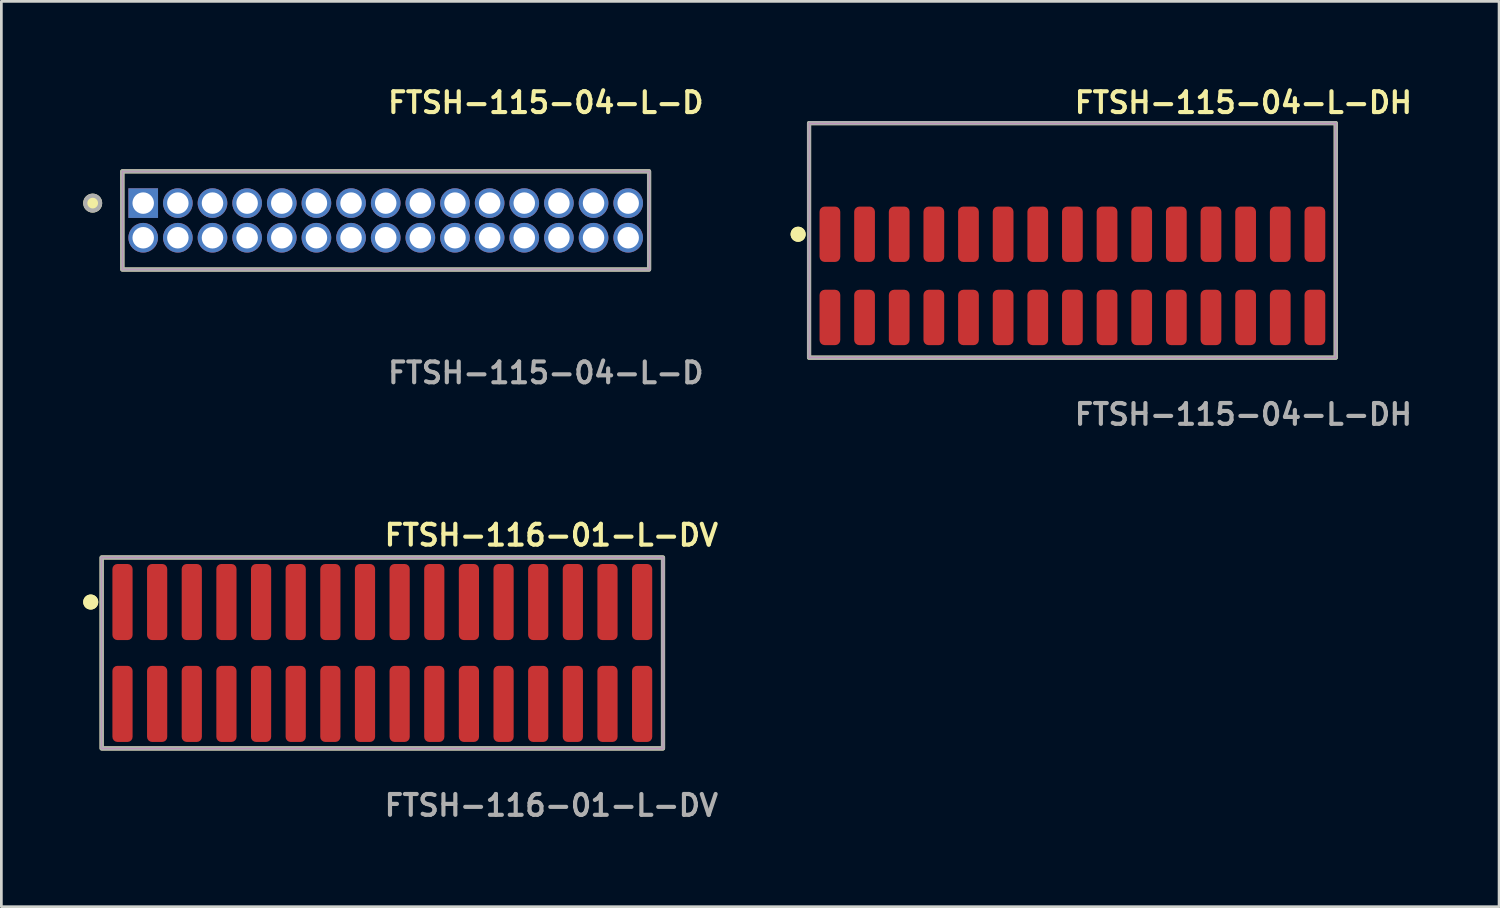
<source format=kicad_pcb>
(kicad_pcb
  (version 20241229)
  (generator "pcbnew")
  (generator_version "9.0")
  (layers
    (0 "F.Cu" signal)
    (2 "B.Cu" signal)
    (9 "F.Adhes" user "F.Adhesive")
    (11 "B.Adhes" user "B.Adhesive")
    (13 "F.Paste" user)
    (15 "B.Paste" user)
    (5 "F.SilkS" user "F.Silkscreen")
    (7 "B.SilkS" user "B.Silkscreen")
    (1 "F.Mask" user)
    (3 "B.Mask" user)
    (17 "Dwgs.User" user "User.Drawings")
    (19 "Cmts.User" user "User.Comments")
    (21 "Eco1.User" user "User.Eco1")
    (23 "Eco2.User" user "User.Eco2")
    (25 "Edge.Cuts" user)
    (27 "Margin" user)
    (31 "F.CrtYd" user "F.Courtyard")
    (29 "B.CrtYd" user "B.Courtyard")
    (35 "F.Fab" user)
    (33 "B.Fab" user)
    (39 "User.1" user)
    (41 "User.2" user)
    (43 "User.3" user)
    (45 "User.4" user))
  (footprint "FTSH-116-01-L-DV"
    (layer "F.Cu")
    (at 10.966 20.888)
    (property "Reference" "FTSH-116-01-L-DV" (at 0 -4.318 0) (unlocked yes) (layer "F.SilkS") (effects (font (size 0.762 0.762) (thickness 0.152)) (justify left)))
    (fp_rect (start -10.29 3.5) (end 10.29 -3.5) (stroke (width 0.152) (type solid)) (fill no) (layer "F.SilkS"))
    (fp_circle (center -10.69 -1.867) (end -10.89 -1.867) (stroke (width 0.152) (type solid)) (fill yes) (layer "F.SilkS"))
    (fp_circle (center -10.69 -1.867) (end -10.89 -1.867) (stroke (width 0.152) (type solid)) (fill yes) (layer "F.SilkS"))
    (fp_rect (start -10.29 3.5) (end 10.29 -3.5) (stroke (width 0.006) (type solid)) (fill no) (layer "F.CrtYd"))
    (fp_rect (start -10.29 3.5) (end 10.29 -3.5) (stroke (width 0.152) (type solid)) (fill no) (layer "F.Fab"))
    (fp_text user "${REFERENCE}" (at 0 5.588 0) (unlocked yes) (layer "F.Fab") (effects (font (size 0.762 0.762) (thickness 0.152)) (justify left)))
    (pad "1" smd roundrect (at -9.525 -1.867) (size 0.74 2.79) (layers "F.Cu" "F.Paste") (roundrect_rratio 0.25))
    (pad "2" smd roundrect (at -9.525 1.867) (size 0.74 2.79) (layers "F.Cu" "F.Paste") (roundrect_rratio 0.25))
    (pad "3" smd roundrect (at -8.255 -1.867) (size 0.74 2.79) (layers "F.Cu" "F.Paste") (roundrect_rratio 0.25))
    (pad "4" smd roundrect (at -8.255 1.867) (size 0.74 2.79) (layers "F.Cu" "F.Paste") (roundrect_rratio 0.25))
    (pad "5" smd roundrect (at -6.985 -1.867) (size 0.74 2.79) (layers "F.Cu" "F.Paste") (roundrect_rratio 0.25))
    (pad "6" smd roundrect (at -6.985 1.867) (size 0.74 2.79) (layers "F.Cu" "F.Paste") (roundrect_rratio 0.25))
    (pad "7" smd roundrect (at -5.715 -1.867) (size 0.74 2.79) (layers "F.Cu" "F.Paste") (roundrect_rratio 0.25))
    (pad "8" smd roundrect (at -5.715 1.867) (size 0.74 2.79) (layers "F.Cu" "F.Paste") (roundrect_rratio 0.25))
    (pad "9" smd roundrect (at -4.445 -1.867) (size 0.74 2.79) (layers "F.Cu" "F.Paste") (roundrect_rratio 0.25))
    (pad "10" smd roundrect (at -4.445 1.867) (size 0.74 2.79) (layers "F.Cu" "F.Paste") (roundrect_rratio 0.25))
    (pad "11" smd roundrect (at -3.175 -1.867) (size 0.74 2.79) (layers "F.Cu" "F.Paste") (roundrect_rratio 0.25))
    (pad "12" smd roundrect (at -3.175 1.867) (size 0.74 2.79) (layers "F.Cu" "F.Paste") (roundrect_rratio 0.25))
    (pad "13" smd roundrect (at -1.905 -1.867) (size 0.74 2.79) (layers "F.Cu" "F.Paste") (roundrect_rratio 0.25))
    (pad "14" smd roundrect (at -1.905 1.867) (size 0.74 2.79) (layers "F.Cu" "F.Paste") (roundrect_rratio 0.25))
    (pad "15" smd roundrect (at -0.635 -1.867) (size 0.74 2.79) (layers "F.Cu" "F.Paste") (roundrect_rratio 0.25))
    (pad "16" smd roundrect (at -0.635 1.867) (size 0.74 2.79) (layers "F.Cu" "F.Paste") (roundrect_rratio 0.25))
    (pad "17" smd roundrect (at 0.635 -1.867) (size 0.74 2.79) (layers "F.Cu" "F.Paste") (roundrect_rratio 0.25))
    (pad "18" smd roundrect (at 0.635 1.867) (size 0.74 2.79) (layers "F.Cu" "F.Paste") (roundrect_rratio 0.25))
    (pad "19" smd roundrect (at 1.905 -1.867) (size 0.74 2.79) (layers "F.Cu" "F.Paste") (roundrect_rratio 0.25))
    (pad "20" smd roundrect (at 1.905 1.867) (size 0.74 2.79) (layers "F.Cu" "F.Paste") (roundrect_rratio 0.25))
    (pad "21" smd roundrect (at 3.175 -1.867) (size 0.74 2.79) (layers "F.Cu" "F.Paste") (roundrect_rratio 0.25))
    (pad "22" smd roundrect (at 3.175 1.867) (size 0.74 2.79) (layers "F.Cu" "F.Paste") (roundrect_rratio 0.25))
    (pad "23" smd roundrect (at 4.445 -1.867) (size 0.74 2.79) (layers "F.Cu" "F.Paste") (roundrect_rratio 0.25))
    (pad "24" smd roundrect (at 4.445 1.867) (size 0.74 2.79) (layers "F.Cu" "F.Paste") (roundrect_rratio 0.25))
    (pad "25" smd roundrect (at 5.715 -1.867) (size 0.74 2.79) (layers "F.Cu" "F.Paste") (roundrect_rratio 0.25))
    (pad "26" smd roundrect (at 5.715 1.867) (size 0.74 2.79) (layers "F.Cu" "F.Paste") (roundrect_rratio 0.25))
    (pad "27" smd roundrect (at 6.985 -1.867) (size 0.74 2.79) (layers "F.Cu" "F.Paste") (roundrect_rratio 0.25))
    (pad "28" smd roundrect (at 6.985 1.867) (size 0.74 2.79) (layers "F.Cu" "F.Paste") (roundrect_rratio 0.25))
    (pad "29" smd roundrect (at 8.255 -1.867) (size 0.74 2.79) (layers "F.Cu" "F.Paste") (roundrect_rratio 0.25))
    (pad "30" smd roundrect (at 8.255 1.867) (size 0.74 2.79) (layers "F.Cu" "F.Paste") (roundrect_rratio 0.25))
    (pad "31" smd roundrect (at 9.525 -1.867) (size 0.74 2.79) (layers "F.Cu" "F.Paste") (roundrect_rratio 0.25))
    (pad "32" smd roundrect (at 9.525 1.867) (size 0.74 2.79) (layers "F.Cu" "F.Paste") (roundrect_rratio 0.25)))
  (footprint "FTSH-115-04-L-D"
    (layer "F.Cu")
    (at 11.09 5.031)
    (property "Reference" "FTSH-115-04-L-D" (at 0 -4.318 0) (unlocked yes) (layer "F.SilkS") (effects (font (size 0.762 0.762) (thickness 0.152)) (justify left)))
    (fp_rect (start -9.655 1.8) (end 9.655 -1.8) (stroke (width 0.152) (type solid)) (fill no) (layer "F.SilkS"))
    (fp_circle (center -10.742 -0.635) (end -11.014 -0.635) (stroke (width 0.152) (type solid)) (fill yes) (layer "F.SilkS"))
    (fp_rect (start -9.655 1.8) (end 9.655 -1.8) (stroke (width 0.006) (type solid)) (fill no) (layer "F.CrtYd"))
    (fp_rect (start -9.655 1.8) (end 9.655 -1.8) (stroke (width 0.152) (type solid)) (fill no) (layer "F.Fab"))
    (fp_circle (center -10.742 -0.635) (end -11.014 -0.635) (stroke (width 0.152) (type solid)) (fill no) (layer "F.Fab"))
    (fp_text user "${REFERENCE}" (at 0 5.588 0) (unlocked yes) (layer "F.Fab") (effects (font (size 0.762 0.762) (thickness 0.152)) (justify left)))
    (pad "1" thru_hole rect (at -8.89 -0.635) (size 1.087 1.087) (drill 0.787) (layers "*.Cu" "*.Mask"))
    (pad "2" thru_hole circle (at -8.89 0.635) (size 1.087 1.087) (drill 0.787) (layers "*.Cu" "*.Mask"))
    (pad "3" thru_hole circle (at -7.62 -0.635) (size 1.087 1.087) (drill 0.787) (layers "*.Cu" "*.Mask"))
    (pad "4" thru_hole circle (at -7.62 0.635) (size 1.087 1.087) (drill 0.787) (layers "*.Cu" "*.Mask"))
    (pad "5" thru_hole circle (at -6.35 -0.635) (size 1.087 1.087) (drill 0.787) (layers "*.Cu" "*.Mask"))
    (pad "6" thru_hole circle (at -6.35 0.635) (size 1.087 1.087) (drill 0.787) (layers "*.Cu" "*.Mask"))
    (pad "7" thru_hole circle (at -5.08 -0.635) (size 1.087 1.087) (drill 0.787) (layers "*.Cu" "*.Mask"))
    (pad "8" thru_hole circle (at -5.08 0.635) (size 1.087 1.087) (drill 0.787) (layers "*.Cu" "*.Mask"))
    (pad "9" thru_hole circle (at -3.81 -0.635) (size 1.087 1.087) (drill 0.787) (layers "*.Cu" "*.Mask"))
    (pad "10" thru_hole circle (at -3.81 0.635) (size 1.087 1.087) (drill 0.787) (layers "*.Cu" "*.Mask"))
    (pad "11" thru_hole circle (at -2.54 -0.635) (size 1.087 1.087) (drill 0.787) (layers "*.Cu" "*.Mask"))
    (pad "12" thru_hole circle (at -2.54 0.635) (size 1.087 1.087) (drill 0.787) (layers "*.Cu" "*.Mask"))
    (pad "13" thru_hole circle (at -1.27 -0.635) (size 1.087 1.087) (drill 0.787) (layers "*.Cu" "*.Mask"))
    (pad "14" thru_hole circle (at -1.27 0.635) (size 1.087 1.087) (drill 0.787) (layers "*.Cu" "*.Mask"))
    (pad "15" thru_hole circle (at 0 -0.635) (size 1.087 1.087) (drill 0.787) (layers "*.Cu" "*.Mask"))
    (pad "16" thru_hole circle (at 0 0.635) (size 1.087 1.087) (drill 0.787) (layers "*.Cu" "*.Mask"))
    (pad "17" thru_hole circle (at 1.27 -0.635) (size 1.087 1.087) (drill 0.787) (layers "*.Cu" "*.Mask"))
    (pad "18" thru_hole circle (at 1.27 0.635) (size 1.087 1.087) (drill 0.787) (layers "*.Cu" "*.Mask"))
    (pad "19" thru_hole circle (at 2.54 -0.635) (size 1.087 1.087) (drill 0.787) (layers "*.Cu" "*.Mask"))
    (pad "20" thru_hole circle (at 2.54 0.635) (size 1.087 1.087) (drill 0.787) (layers "*.Cu" "*.Mask"))
    (pad "21" thru_hole circle (at 3.81 -0.635) (size 1.087 1.087) (drill 0.787) (layers "*.Cu" "*.Mask"))
    (pad "22" thru_hole circle (at 3.81 0.635) (size 1.087 1.087) (drill 0.787) (layers "*.Cu" "*.Mask"))
    (pad "23" thru_hole circle (at 5.08 -0.635) (size 1.087 1.087) (drill 0.787) (layers "*.Cu" "*.Mask"))
    (pad "24" thru_hole circle (at 5.08 0.635) (size 1.087 1.087) (drill 0.787) (layers "*.Cu" "*.Mask"))
    (pad "25" thru_hole circle (at 6.35 -0.635) (size 1.087 1.087) (drill 0.787) (layers "*.Cu" "*.Mask"))
    (pad "26" thru_hole circle (at 6.35 0.635) (size 1.087 1.087) (drill 0.787) (layers "*.Cu" "*.Mask"))
    (pad "27" thru_hole circle (at 7.62 -0.635) (size 1.087 1.087) (drill 0.787) (layers "*.Cu" "*.Mask"))
    (pad "28" thru_hole circle (at 7.62 0.635) (size 1.087 1.087) (drill 0.787) (layers "*.Cu" "*.Mask"))
    (pad "29" thru_hole circle (at 8.89 -0.635) (size 1.087 1.087) (drill 0.787) (layers "*.Cu" "*.Mask"))
    (pad "30" thru_hole circle (at 8.89 0.635) (size 1.087 1.087) (drill 0.787) (layers "*.Cu" "*.Mask")))
  (footprint "FTSH-115-04-L-DH"
    (layer "F.Cu")
    (at 36.265 7.063)
    (property "Reference" "FTSH-115-04-L-DH" (at 0 -6.35 0) (unlocked yes) (layer "F.SilkS") (effects (font (size 0.762 0.762) (thickness 0.152)) (justify left)))
    (fp_rect (start -9.655 3) (end 9.655 -5.6) (stroke (width 0.152) (type solid)) (fill no) (layer "F.SilkS"))
    (fp_circle (center -10.055 -1.525) (end -10.255 -1.525) (stroke (width 0.152) (type solid)) (fill yes) (layer "F.SilkS"))
    (fp_circle (center -10.055 -1.525) (end -10.255 -1.525) (stroke (width 0.152) (type solid)) (fill yes) (layer "F.SilkS"))
    (fp_rect (start -9.655 3) (end 9.655 -5.6) (stroke (width 0.006) (type solid)) (fill no) (layer "F.CrtYd"))
    (fp_rect (start -9.655 3) (end 9.655 -5.6) (stroke (width 0.152) (type solid)) (fill no) (layer "F.Fab"))
    (fp_text user "${REFERENCE}" (at 0 5.08 0) (unlocked yes) (layer "F.Fab") (effects (font (size 0.762 0.762) (thickness 0.152)) (justify left)))
    (pad "1" smd roundrect (at -8.89 -1.525) (size 0.76 2.03) (layers "F.Cu" "F.Paste") (roundrect_rratio 0.25))
    (pad "2" smd roundrect (at -8.89 1.525) (size 0.76 2.03) (layers "F.Cu" "F.Paste") (roundrect_rratio 0.25))
    (pad "3" smd roundrect (at -7.62 -1.525) (size 0.76 2.03) (layers "F.Cu" "F.Paste") (roundrect_rratio 0.25))
    (pad "4" smd roundrect (at -7.62 1.525) (size 0.76 2.03) (layers "F.Cu" "F.Paste") (roundrect_rratio 0.25))
    (pad "5" smd roundrect (at -6.35 -1.525) (size 0.76 2.03) (layers "F.Cu" "F.Paste") (roundrect_rratio 0.25))
    (pad "6" smd roundrect (at -6.35 1.525) (size 0.76 2.03) (layers "F.Cu" "F.Paste") (roundrect_rratio 0.25))
    (pad "7" smd roundrect (at -5.08 -1.525) (size 0.76 2.03) (layers "F.Cu" "F.Paste") (roundrect_rratio 0.25))
    (pad "8" smd roundrect (at -5.08 1.525) (size 0.76 2.03) (layers "F.Cu" "F.Paste") (roundrect_rratio 0.25))
    (pad "9" smd roundrect (at -3.81 -1.525) (size 0.76 2.03) (layers "F.Cu" "F.Paste") (roundrect_rratio 0.25))
    (pad "10" smd roundrect (at -3.81 1.525) (size 0.76 2.03) (layers "F.Cu" "F.Paste") (roundrect_rratio 0.25))
    (pad "11" smd roundrect (at -2.54 -1.525) (size 0.76 2.03) (layers "F.Cu" "F.Paste") (roundrect_rratio 0.25))
    (pad "12" smd roundrect (at -2.54 1.525) (size 0.76 2.03) (layers "F.Cu" "F.Paste") (roundrect_rratio 0.25))
    (pad "13" smd roundrect (at -1.27 -1.525) (size 0.76 2.03) (layers "F.Cu" "F.Paste") (roundrect_rratio 0.25))
    (pad "14" smd roundrect (at -1.27 1.525) (size 0.76 2.03) (layers "F.Cu" "F.Paste") (roundrect_rratio 0.25))
    (pad "15" smd roundrect (at 0 -1.525) (size 0.76 2.03) (layers "F.Cu" "F.Paste") (roundrect_rratio 0.25))
    (pad "16" smd roundrect (at 0 1.525) (size 0.76 2.03) (layers "F.Cu" "F.Paste") (roundrect_rratio 0.25))
    (pad "17" smd roundrect (at 1.27 -1.525) (size 0.76 2.03) (layers "F.Cu" "F.Paste") (roundrect_rratio 0.25))
    (pad "18" smd roundrect (at 1.27 1.525) (size 0.76 2.03) (layers "F.Cu" "F.Paste") (roundrect_rratio 0.25))
    (pad "19" smd roundrect (at 2.54 -1.525) (size 0.76 2.03) (layers "F.Cu" "F.Paste") (roundrect_rratio 0.25))
    (pad "20" smd roundrect (at 2.54 1.525) (size 0.76 2.03) (layers "F.Cu" "F.Paste") (roundrect_rratio 0.25))
    (pad "21" smd roundrect (at 3.81 -1.525) (size 0.76 2.03) (layers "F.Cu" "F.Paste") (roundrect_rratio 0.25))
    (pad "22" smd roundrect (at 3.81 1.525) (size 0.76 2.03) (layers "F.Cu" "F.Paste") (roundrect_rratio 0.25))
    (pad "23" smd roundrect (at 5.08 -1.525) (size 0.76 2.03) (layers "F.Cu" "F.Paste") (roundrect_rratio 0.25))
    (pad "24" smd roundrect (at 5.08 1.525) (size 0.76 2.03) (layers "F.Cu" "F.Paste") (roundrect_rratio 0.25))
    (pad "25" smd roundrect (at 6.35 -1.525) (size 0.76 2.03) (layers "F.Cu" "F.Paste") (roundrect_rratio 0.25))
    (pad "26" smd roundrect (at 6.35 1.525) (size 0.76 2.03) (layers "F.Cu" "F.Paste") (roundrect_rratio 0.25))
    (pad "27" smd roundrect (at 7.62 -1.525) (size 0.76 2.03) (layers "F.Cu" "F.Paste") (roundrect_rratio 0.25))
    (pad "28" smd roundrect (at 7.62 1.525) (size 0.76 2.03) (layers "F.Cu" "F.Paste") (roundrect_rratio 0.25))
    (pad "29" smd roundrect (at 8.89 -1.525) (size 0.76 2.03) (layers "F.Cu" "F.Paste") (roundrect_rratio 0.25))
    (pad "30" smd roundrect (at 8.89 1.525) (size 0.76 2.03) (layers "F.Cu" "F.Paste") (roundrect_rratio 0.25)))
  (gr_rect
    (start -3 -3)
    (end 51.907 30.189)
    (stroke (width 0.1) (type default))
    (fill no)
    (layer "Edge.Cuts")))
</source>
